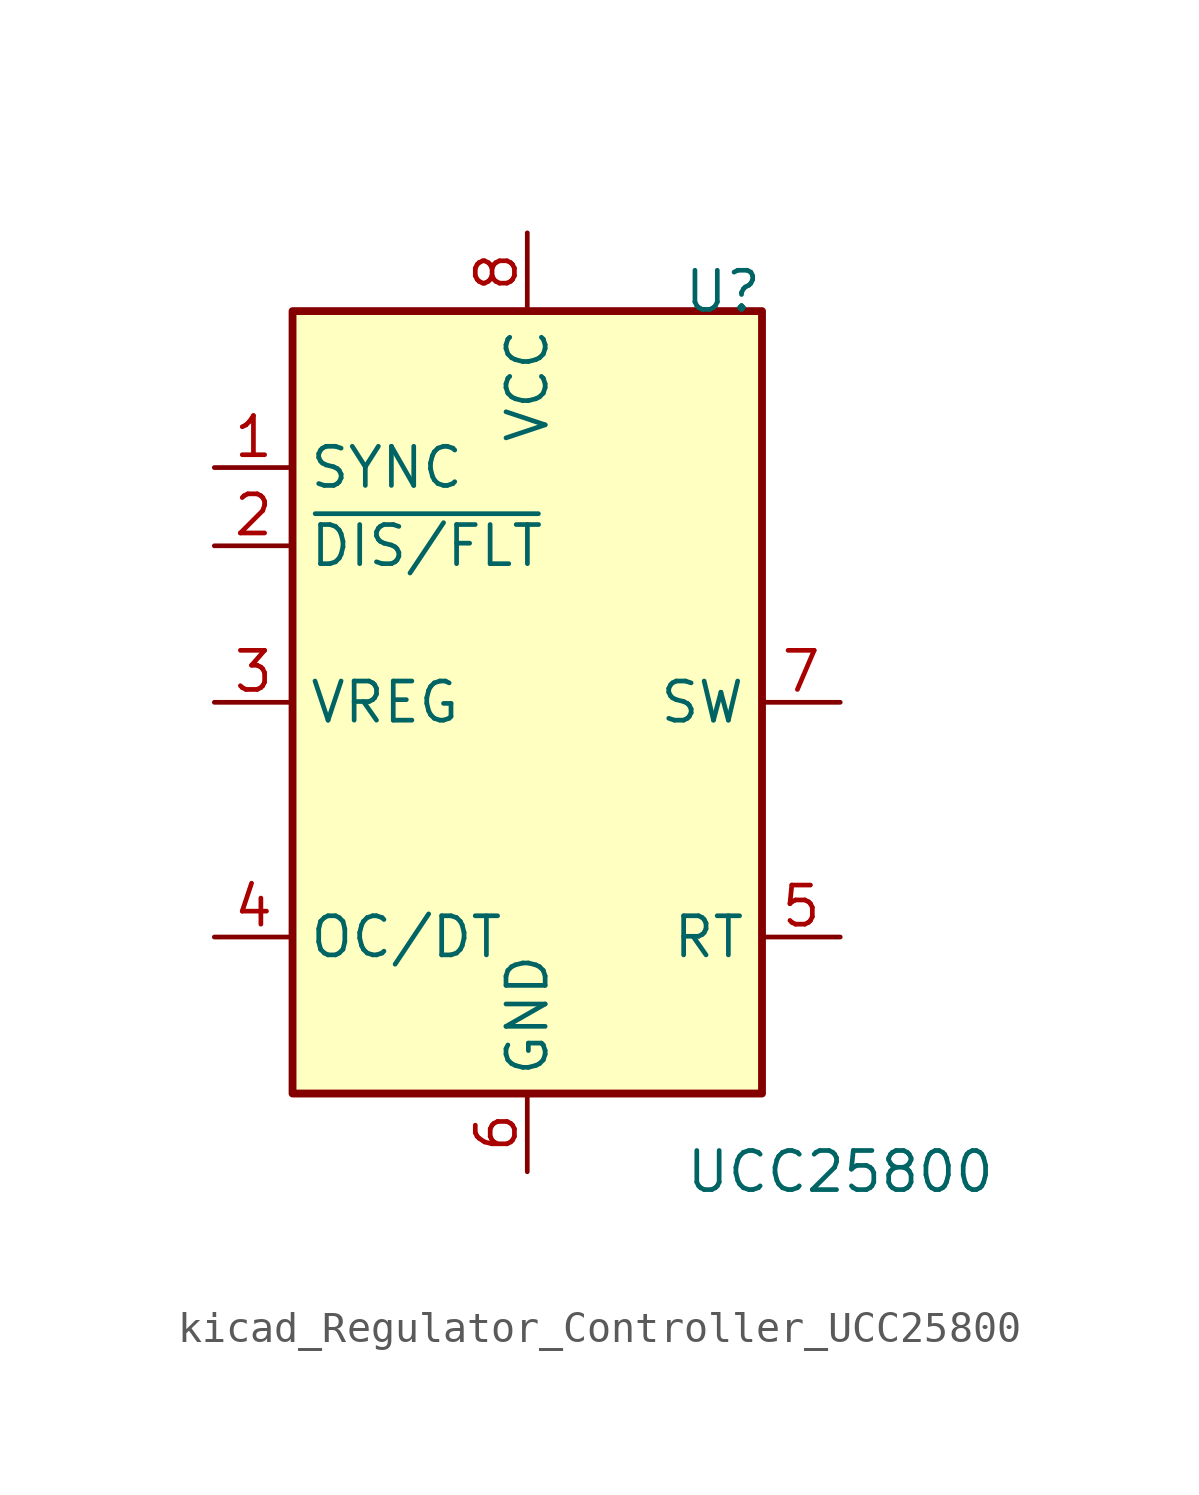
<source format=kicad_sym>
(kicad_symbol_lib
  (version 20220914)
  (generator kicad_symbol_editor)
  (symbol "kicad_Regulator_Controller_UCC25800"
    (property "Reference" "U"
      (at 6.35 13.335 0)
      (effects (font (size 1.27 1.27))))
    (property "Value" "UCC25800"
      (at 10.16 -15.24 0)
      (effects (font (size 1.27 1.27))))
    (symbol "kicad_Regulator_Controller_UCC25800_0_1"
      (rectangle (start -7.62 12.7) (end 7.62 -12.7) (stroke (width 0.254) (type default)) (fill (type background))))
    (symbol "kicad_Regulator_Controller_UCC25800_1_1"
      (pin input line (at -10.16 7.62 0) (length 2.54) (name "SYNC" (effects (font (size 1.27 1.27)))) (number "1" (effects (font (size 1.27 1.27)))))
      (pin bidirectional line (at -10.16 5.08 0) (length 2.54) (name "~{DIS/FLT}" (effects (font (size 1.27 1.27)))) (number "2" (effects (font (size 1.27 1.27)))))
      (pin output line (at -10.16 0 0) (length 2.54) (name "VREG" (effects (font (size 1.27 1.27)))) (number "3" (effects (font (size 1.27 1.27)))))
      (pin input line (at -10.16 -7.62 0) (length 2.54) (name "OC/DT" (effects (font (size 1.27 1.27)))) (number "4" (effects (font (size 1.27 1.27)))))
      (pin passive line (at 10.16 -7.62 180) (length 2.54) (name "RT" (effects (font (size 1.27 1.27)))) (number "5" (effects (font (size 1.27 1.27)))))
      (pin power_in line (at 0 -15.24 90) (length 2.54) (name "GND" (effects (font (size 1.27 1.27)))) (number "6" (effects (font (size 1.27 1.27)))))
      (pin output line (at 10.16 0 180) (length 2.54) (name "SW" (effects (font (size 1.27 1.27)))) (number "7" (effects (font (size 1.27 1.27)))))
      (pin power_in line (at 0 15.24 270) (length 2.54) (name "VCC" (effects (font (size 1.27 1.27)))) (number "8" (effects (font (size 1.27 1.27)))))
      (pin passive line (at 0 -15.24 90) (length 2.54) hide (name "GND" (effects (font (size 1.27 1.27)))) (number "9" (effects (font (size 1.27 1.27))))))))
</source>
